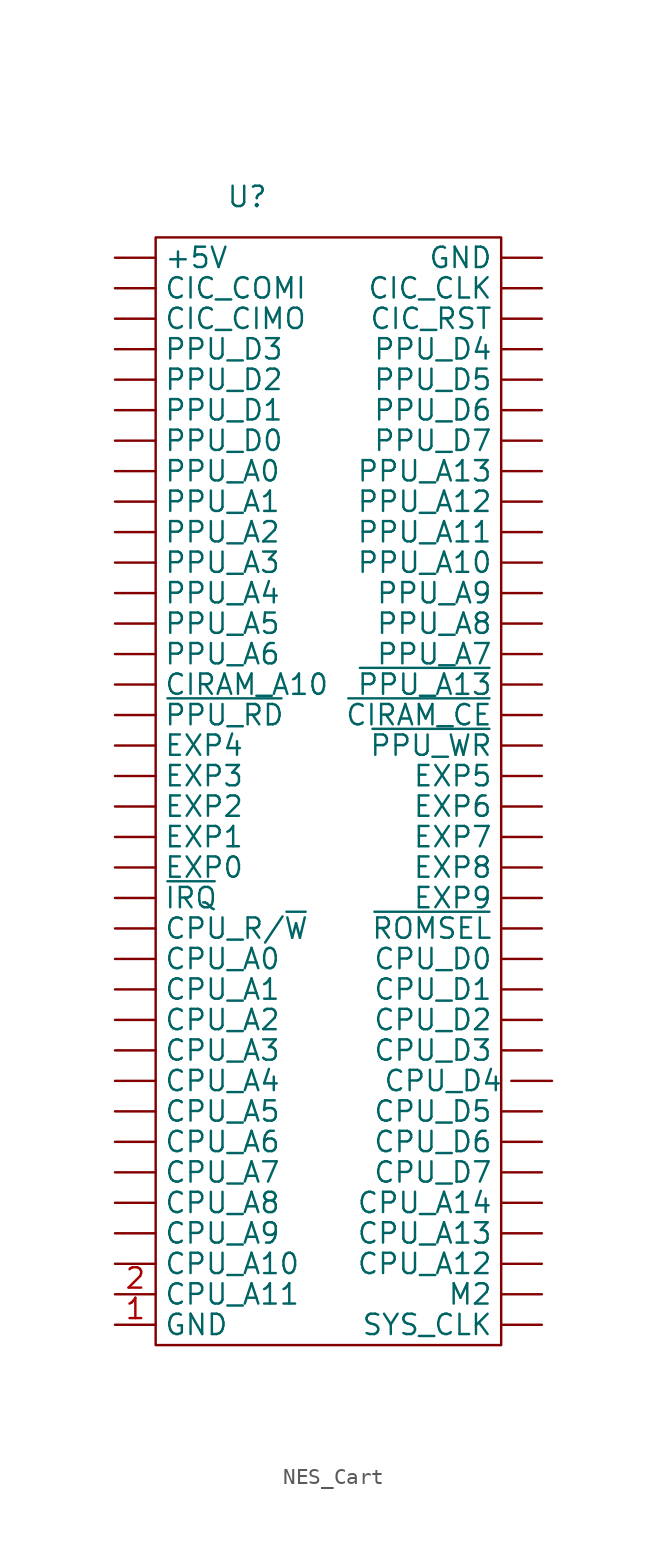
<source format=kicad_sym>
(kicad_symbol_lib
  (version 20220914)
  (generator kicad_symbol_editor)
  (symbol "NES_Cart"
    (property "Reference" "U"
      (at -5.08 37.465 0)
      (effects (font (size 1.27 1.27))))
    (property "Value" ""
      (at -5.08 4.445 0)
      (effects (font (size 1.27 1.27))))
    (symbol "NES_Cart_0_1"
      (rectangle (start -10.795 34.925) (end 10.795 -34.29) (stroke (width 0) (type default)) (fill (type none))))
    (symbol "NES_Cart_1_0"
      (pin input line (at -13.335 33.655 0) (length 2.54) (name "+5V" (effects (font (size 1.27 1.27)))) (number "" (effects (font (size 1.27 1.27)))))
      (pin input line (at -13.335 29.845 0) (length 2.54) (name "CIC_CIMO" (effects (font (size 1.27 1.27)))) (number "" (effects (font (size 1.27 1.27)))))
      (pin input line (at 13.335 31.75 180) (length 2.54) (name "CIC_CLK" (effects (font (size 1.27 1.27)))) (number "" (effects (font (size 1.27 1.27)))))
      (pin input line (at -13.335 31.75 0) (length 2.54) (name "CIC_COMI" (effects (font (size 1.27 1.27)))) (number "" (effects (font (size 1.27 1.27)))))
      (pin input line (at 13.335 29.845 180) (length 2.54) (name "CIC_RST" (effects (font (size 1.27 1.27)))) (number "" (effects (font (size 1.27 1.27)))))
      (pin input line (at 13.335 -29.21 180) (length 2.54) (name "CPU_A12" (effects (font (size 1.27 1.27)))) (number "" (effects (font (size 1.27 1.27)))))
      (pin input line (at 13.335 -27.305 180) (length 2.54) (name "CPU_A13" (effects (font (size 1.27 1.27)))) (number "" (effects (font (size 1.27 1.27)))))
      (pin input line (at 13.335 -25.4 180) (length 2.54) (name "CPU_A14" (effects (font (size 1.27 1.27)))) (number "" (effects (font (size 1.27 1.27)))))
      (pin input line (at 13.335 -10.16 180) (length 2.54) (name "CPU_D0" (effects (font (size 1.27 1.27)))) (number "" (effects (font (size 1.27 1.27)))))
      (pin input line (at 13.335 -12.065 180) (length 2.54) (name "CPU_D1" (effects (font (size 1.27 1.27)))) (number "" (effects (font (size 1.27 1.27)))))
      (pin input line (at 13.335 -13.97 180) (length 2.54) (name "CPU_D2" (effects (font (size 1.27 1.27)))) (number "" (effects (font (size 1.27 1.27)))))
      (pin input line (at 13.335 -15.875 180) (length 2.54) (name "CPU_D3" (effects (font (size 1.27 1.27)))) (number "" (effects (font (size 1.27 1.27)))))
      (pin input line (at 13.97 -17.78 180) (length 2.54) (name "CPU_D4" (effects (font (size 1.27 1.27)))) (number "" (effects (font (size 1.27 1.27)))))
      (pin input line (at 13.335 -19.685 180) (length 2.54) (name "CPU_D5" (effects (font (size 1.27 1.27)))) (number "" (effects (font (size 1.27 1.27)))))
      (pin input line (at 13.335 -21.59 180) (length 2.54) (name "CPU_D6" (effects (font (size 1.27 1.27)))) (number "" (effects (font (size 1.27 1.27)))))
      (pin input line (at 13.335 -23.495 180) (length 2.54) (name "CPU_D7" (effects (font (size 1.27 1.27)))) (number "" (effects (font (size 1.27 1.27)))))
      (pin input line (at 13.335 1.27 180) (length 2.54) (name "EXP5" (effects (font (size 1.27 1.27)))) (number "" (effects (font (size 1.27 1.27)))))
      (pin input line (at 13.335 -0.635 180) (length 2.54) (name "EXP6" (effects (font (size 1.27 1.27)))) (number "" (effects (font (size 1.27 1.27)))))
      (pin input line (at 13.335 -2.54 180) (length 2.54) (name "EXP7" (effects (font (size 1.27 1.27)))) (number "" (effects (font (size 1.27 1.27)))))
      (pin input line (at 13.335 -4.445 180) (length 2.54) (name "EXP8" (effects (font (size 1.27 1.27)))) (number "" (effects (font (size 1.27 1.27)))))
      (pin input line (at 13.335 -6.35 180) (length 2.54) (name "EXP9" (effects (font (size 1.27 1.27)))) (number "" (effects (font (size 1.27 1.27)))))
      (pin input line (at 13.335 33.655 180) (length 2.54) (name "GND" (effects (font (size 1.27 1.27)))) (number "" (effects (font (size 1.27 1.27)))))
      (pin input line (at 13.335 -31.115 180) (length 2.54) (name "M2" (effects (font (size 1.27 1.27)))) (number "" (effects (font (size 1.27 1.27)))))
      (pin input line (at -13.335 20.32 0) (length 2.54) (name "PPU_A0" (effects (font (size 1.27 1.27)))) (number "" (effects (font (size 1.27 1.27)))))
      (pin input line (at -13.335 18.415 0) (length 2.54) (name "PPU_A1" (effects (font (size 1.27 1.27)))) (number "" (effects (font (size 1.27 1.27)))))
      (pin input line (at 13.335 14.605 180) (length 2.54) (name "PPU_A10" (effects (font (size 1.27 1.27)))) (number "" (effects (font (size 1.27 1.27)))))
      (pin input line (at 13.335 16.51 180) (length 2.54) (name "PPU_A11" (effects (font (size 1.27 1.27)))) (number "" (effects (font (size 1.27 1.27)))))
      (pin input line (at 13.335 18.415 180) (length 2.54) (name "PPU_A12" (effects (font (size 1.27 1.27)))) (number "" (effects (font (size 1.27 1.27)))))
      (pin input line (at 13.335 20.32 180) (length 2.54) (name "PPU_A13" (effects (font (size 1.27 1.27)))) (number "" (effects (font (size 1.27 1.27)))))
      (pin input line (at 13.335 8.89 180) (length 2.54) (name "PPU_A7" (effects (font (size 1.27 1.27)))) (number "" (effects (font (size 1.27 1.27)))))
      (pin input line (at 13.335 10.795 180) (length 2.54) (name "PPU_A8" (effects (font (size 1.27 1.27)))) (number "" (effects (font (size 1.27 1.27)))))
      (pin input line (at 13.335 12.7 180) (length 2.54) (name "PPU_A9" (effects (font (size 1.27 1.27)))) (number "" (effects (font (size 1.27 1.27)))))
      (pin input line (at -13.335 22.225 0) (length 2.54) (name "PPU_D0" (effects (font (size 1.27 1.27)))) (number "" (effects (font (size 1.27 1.27)))))
      (pin input line (at -13.335 24.13 0) (length 2.54) (name "PPU_D1" (effects (font (size 1.27 1.27)))) (number "" (effects (font (size 1.27 1.27)))))
      (pin input line (at -13.335 26.035 0) (length 2.54) (name "PPU_D2" (effects (font (size 1.27 1.27)))) (number "" (effects (font (size 1.27 1.27)))))
      (pin input line (at -13.335 27.94 0) (length 2.54) (name "PPU_D3" (effects (font (size 1.27 1.27)))) (number "" (effects (font (size 1.27 1.27)))))
      (pin input line (at 13.335 27.94 180) (length 2.54) (name "PPU_D4" (effects (font (size 1.27 1.27)))) (number "" (effects (font (size 1.27 1.27)))))
      (pin input line (at 13.335 26.035 180) (length 2.54) (name "PPU_D5" (effects (font (size 1.27 1.27)))) (number "" (effects (font (size 1.27 1.27)))))
      (pin input line (at 13.335 24.13 180) (length 2.54) (name "PPU_D6" (effects (font (size 1.27 1.27)))) (number "" (effects (font (size 1.27 1.27)))))
      (pin input line (at 13.335 22.225 180) (length 2.54) (name "PPU_D7" (effects (font (size 1.27 1.27)))) (number "" (effects (font (size 1.27 1.27)))))
      (pin input line (at 13.335 -33.02 180) (length 2.54) (name "SYS_CLK" (effects (font (size 1.27 1.27)))) (number "" (effects (font (size 1.27 1.27)))))
      (pin input line (at 13.335 5.08 180) (length 2.54) (name "~{CIRAM_CE}" (effects (font (size 1.27 1.27)))) (number "" (effects (font (size 1.27 1.27)))))
      (pin input line (at 13.335 6.985 180) (length 2.54) (name "~{PPU_A13}" (effects (font (size 1.27 1.27)))) (number "" (effects (font (size 1.27 1.27)))))
      (pin input line (at 13.335 3.175 180) (length 2.54) (name "~{PPU_WR}" (effects (font (size 1.27 1.27)))) (number "" (effects (font (size 1.27 1.27)))))
      (pin input line (at 13.335 -8.255 180) (length 2.54) (name "~{ROMSEL}" (effects (font (size 1.27 1.27)))) (number "" (effects (font (size 1.27 1.27))))))
    (symbol "NES_Cart_1_1"
      (pin input line (at -13.335 6.985 0) (length 2.54) (name "CIRAM_A10" (effects (font (size 1.27 1.27)))) (number "" (effects (font (size 1.27 1.27)))))
      (pin input line (at -13.335 -10.16 0) (length 2.54) (name "CPU_A0" (effects (font (size 1.27 1.27)))) (number "" (effects (font (size 1.27 1.27)))))
      (pin input line (at -13.335 -12.065 0) (length 2.54) (name "CPU_A1" (effects (font (size 1.27 1.27)))) (number "" (effects (font (size 1.27 1.27)))))
      (pin input line (at -13.335 -29.21 0) (length 2.54) (name "CPU_A10" (effects (font (size 1.27 1.27)))) (number "" (effects (font (size 1.27 1.27)))))
      (pin input line (at -13.335 -13.97 0) (length 2.54) (name "CPU_A2" (effects (font (size 1.27 1.27)))) (number "" (effects (font (size 1.27 1.27)))))
      (pin input line (at -13.335 -15.875 0) (length 2.54) (name "CPU_A3" (effects (font (size 1.27 1.27)))) (number "" (effects (font (size 1.27 1.27)))))
      (pin input line (at -13.335 -17.78 0) (length 2.54) (name "CPU_A4" (effects (font (size 1.27 1.27)))) (number "" (effects (font (size 1.27 1.27)))))
      (pin input line (at -13.335 -19.685 0) (length 2.54) (name "CPU_A5" (effects (font (size 1.27 1.27)))) (number "" (effects (font (size 1.27 1.27)))))
      (pin input line (at -13.335 -21.59 0) (length 2.54) (name "CPU_A6" (effects (font (size 1.27 1.27)))) (number "" (effects (font (size 1.27 1.27)))))
      (pin input line (at -13.335 -23.495 0) (length 2.54) (name "CPU_A7" (effects (font (size 1.27 1.27)))) (number "" (effects (font (size 1.27 1.27)))))
      (pin input line (at -13.335 -25.4 0) (length 2.54) (name "CPU_A8" (effects (font (size 1.27 1.27)))) (number "" (effects (font (size 1.27 1.27)))))
      (pin input line (at -13.335 -27.305 0) (length 2.54) (name "CPU_A9" (effects (font (size 1.27 1.27)))) (number "" (effects (font (size 1.27 1.27)))))
      (pin input line (at -13.335 -8.255 0) (length 2.54) (name "CPU_R/~{W}" (effects (font (size 1.27 1.27)))) (number "" (effects (font (size 1.27 1.27)))))
      (pin input line (at -13.335 -4.445 0) (length 2.54) (name "EXP0" (effects (font (size 1.27 1.27)))) (number "" (effects (font (size 1.27 1.27)))))
      (pin input line (at -13.335 -2.54 0) (length 2.54) (name "EXP1" (effects (font (size 1.27 1.27)))) (number "" (effects (font (size 1.27 1.27)))))
      (pin input line (at -13.335 -0.635 0) (length 2.54) (name "EXP2" (effects (font (size 1.27 1.27)))) (number "" (effects (font (size 1.27 1.27)))))
      (pin input line (at -13.335 1.27 0) (length 2.54) (name "EXP3" (effects (font (size 1.27 1.27)))) (number "" (effects (font (size 1.27 1.27)))))
      (pin input line (at -13.335 3.175 0) (length 2.54) (name "EXP4" (effects (font (size 1.27 1.27)))) (number "" (effects (font (size 1.27 1.27)))))
      (pin input line (at -13.335 16.51 0) (length 2.54) (name "PPU_A2" (effects (font (size 1.27 1.27)))) (number "" (effects (font (size 1.27 1.27)))))
      (pin input line (at -13.335 14.605 0) (length 2.54) (name "PPU_A3" (effects (font (size 1.27 1.27)))) (number "" (effects (font (size 1.27 1.27)))))
      (pin input line (at -13.335 12.7 0) (length 2.54) (name "PPU_A4" (effects (font (size 1.27 1.27)))) (number "" (effects (font (size 1.27 1.27)))))
      (pin input line (at -13.335 10.795 0) (length 2.54) (name "PPU_A5" (effects (font (size 1.27 1.27)))) (number "" (effects (font (size 1.27 1.27)))))
      (pin input line (at -13.335 8.89 0) (length 2.54) (name "PPU_A6" (effects (font (size 1.27 1.27)))) (number "" (effects (font (size 1.27 1.27)))))
      (pin input line (at -13.335 -6.35 0) (length 2.54) (name "~{IRQ}" (effects (font (size 1.27 1.27)))) (number "" (effects (font (size 1.27 1.27)))))
      (pin input line (at -13.335 5.08 0) (length 2.54) (name "~{PPU_RD}" (effects (font (size 1.27 1.27)))) (number "" (effects (font (size 1.27 1.27)))))
      (pin power_in line (at -13.335 -33.02 0) (length 2.54) (name "GND" (effects (font (size 1.27 1.27)))) (number "1" (effects (font (size 1.27 1.27)))))
      (pin input line (at -13.335 -31.115 0) (length 2.54) (name "CPU_A11" (effects (font (size 1.27 1.27)))) (number "2" (effects (font (size 1.27 1.27))))))))
</source>
